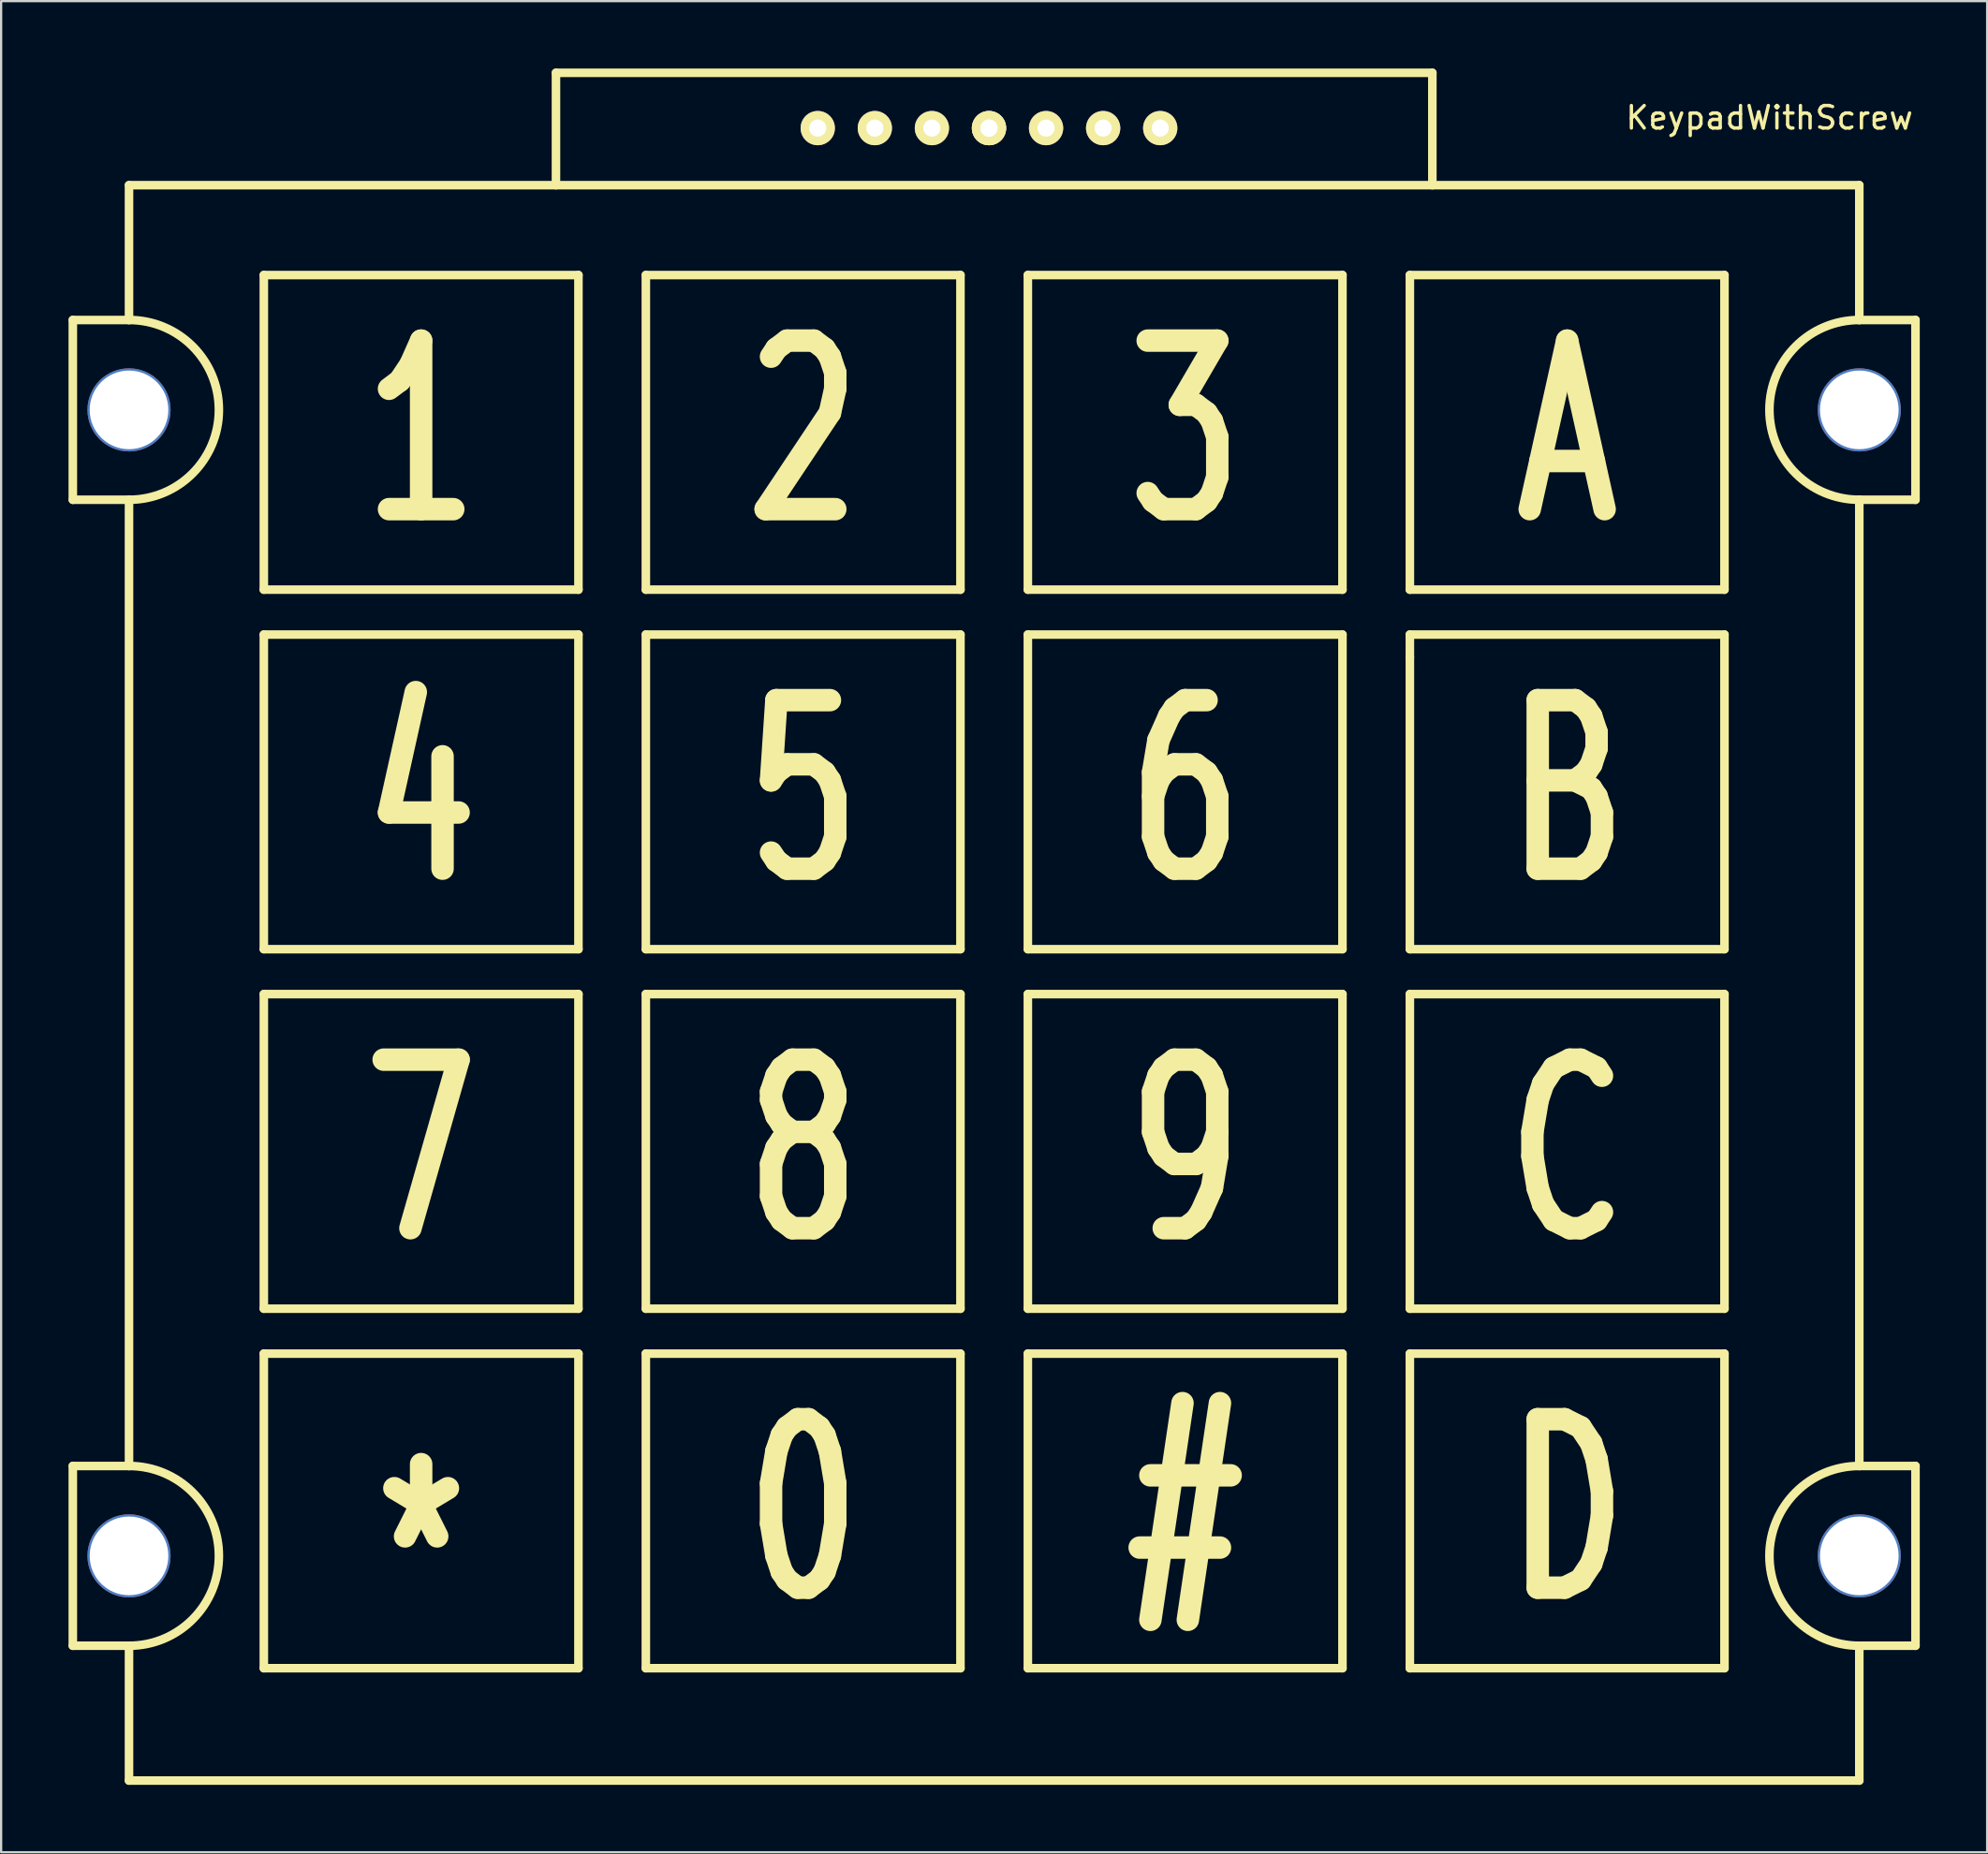
<source format=kicad_pcb>
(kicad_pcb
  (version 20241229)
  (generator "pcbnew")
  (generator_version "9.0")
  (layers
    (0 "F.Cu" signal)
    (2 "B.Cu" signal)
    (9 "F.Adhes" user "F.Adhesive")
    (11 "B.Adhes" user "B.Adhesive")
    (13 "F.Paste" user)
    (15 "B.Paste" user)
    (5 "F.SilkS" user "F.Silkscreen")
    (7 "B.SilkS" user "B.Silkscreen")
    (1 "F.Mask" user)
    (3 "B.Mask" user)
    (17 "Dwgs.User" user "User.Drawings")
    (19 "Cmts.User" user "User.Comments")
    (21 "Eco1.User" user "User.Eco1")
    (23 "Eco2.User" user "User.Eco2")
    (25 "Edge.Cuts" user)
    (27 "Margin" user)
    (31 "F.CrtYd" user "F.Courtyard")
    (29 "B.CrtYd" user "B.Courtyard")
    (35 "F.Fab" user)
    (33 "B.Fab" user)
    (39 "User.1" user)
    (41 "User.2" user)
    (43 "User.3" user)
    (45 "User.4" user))
  (footprint "KeypadWithScrew"
    (layer "F.Cu")
    (at 2.691 5.191)
    (property "Reference" "KeypadWithScrew" (at 73 -3 0) (layer "F.SilkS") (effects (font (size 1 1) (thickness 0.15))))
    (attr through_hole)
    (fp_line (start -2.5 6) (end -2.5 14) (stroke (width 0.381) (type solid)) (layer "F.SilkS"))
    (fp_line (start -2.5 6) (end 0 6) (stroke (width 0.381) (type solid)) (layer "F.SilkS"))
    (fp_line (start -2.5 14) (end 0 14) (stroke (width 0.381) (type solid)) (layer "F.SilkS"))
    (fp_line (start -2.5 57) (end 0 57) (stroke (width 0.381) (type solid)) (layer "F.SilkS"))
    (fp_line (start -2.5 65) (end -2.5 57) (stroke (width 0.381) (type solid)) (layer "F.SilkS"))
    (fp_line (start 0 0) (end 0 6) (stroke (width 0.381) (type solid)) (layer "F.SilkS"))
    (fp_line (start 0 0) (end 77 0) (stroke (width 0.381) (type solid)) (layer "F.SilkS"))
    (fp_line (start 0 57) (end 0 14) (stroke (width 0.381) (type solid)) (layer "F.SilkS"))
    (fp_line (start 0 65) (end -2.5 65) (stroke (width 0.381) (type solid)) (layer "F.SilkS"))
    (fp_line (start 0 65) (end 0 71) (stroke (width 0.381) (type solid)) (layer "F.SilkS"))
    (fp_line (start 6 4) (end 20 4) (stroke (width 0.381) (type solid)) (layer "F.SilkS"))
    (fp_line (start 6 18) (end 6 4) (stroke (width 0.381) (type solid)) (layer "F.SilkS"))
    (fp_line (start 6 20) (end 20 20) (stroke (width 0.381) (type solid)) (layer "F.SilkS"))
    (fp_line (start 6 34) (end 6 20) (stroke (width 0.381) (type solid)) (layer "F.SilkS"))
    (fp_line (start 6 36) (end 20 36) (stroke (width 0.381) (type solid)) (layer "F.SilkS"))
    (fp_line (start 6 50) (end 6 36) (stroke (width 0.381) (type solid)) (layer "F.SilkS"))
    (fp_line (start 6 52) (end 20 52) (stroke (width 0.381) (type solid)) (layer "F.SilkS"))
    (fp_line (start 6 66) (end 6 52) (stroke (width 0.381) (type solid)) (layer "F.SilkS"))
    (fp_line (start 19 -5) (end 58 -5) (stroke (width 0.381) (type solid)) (layer "F.SilkS"))
    (fp_line (start 19 0) (end 19 -5) (stroke (width 0.381) (type solid)) (layer "F.SilkS"))
    (fp_line (start 20 4) (end 20 18) (stroke (width 0.381) (type solid)) (layer "F.SilkS"))
    (fp_line (start 20 18) (end 6 18) (stroke (width 0.381) (type solid)) (layer "F.SilkS"))
    (fp_line (start 20 20) (end 20 34) (stroke (width 0.381) (type solid)) (layer "F.SilkS"))
    (fp_line (start 20 34) (end 6 34) (stroke (width 0.381) (type solid)) (layer "F.SilkS"))
    (fp_line (start 20 36) (end 20 50) (stroke (width 0.381) (type solid)) (layer "F.SilkS"))
    (fp_line (start 20 50) (end 6 50) (stroke (width 0.381) (type solid)) (layer "F.SilkS"))
    (fp_line (start 20 52) (end 20 66) (stroke (width 0.381) (type solid)) (layer "F.SilkS"))
    (fp_line (start 20 66) (end 6 66) (stroke (width 0.381) (type solid)) (layer "F.SilkS"))
    (fp_line (start 23 4) (end 37 4) (stroke (width 0.381) (type solid)) (layer "F.SilkS"))
    (fp_line (start 23 18) (end 23 4) (stroke (width 0.381) (type solid)) (layer "F.SilkS"))
    (fp_line (start 23 20) (end 23 34) (stroke (width 0.381) (type solid)) (layer "F.SilkS"))
    (fp_line (start 23 34) (end 37 34) (stroke (width 0.381) (type solid)) (layer "F.SilkS"))
    (fp_line (start 23 36) (end 37 36) (stroke (width 0.381) (type solid)) (layer "F.SilkS"))
    (fp_line (start 23 50) (end 23 36) (stroke (width 0.381) (type solid)) (layer "F.SilkS"))
    (fp_line (start 23 52) (end 23 66) (stroke (width 0.381) (type solid)) (layer "F.SilkS"))
    (fp_line (start 23 66) (end 37 66) (stroke (width 0.381) (type solid)) (layer "F.SilkS"))
    (fp_line (start 37 4) (end 37 18) (stroke (width 0.381) (type solid)) (layer "F.SilkS"))
    (fp_line (start 37 18) (end 23 18) (stroke (width 0.381) (type solid)) (layer "F.SilkS"))
    (fp_line (start 37 20) (end 23 20) (stroke (width 0.381) (type solid)) (layer "F.SilkS"))
    (fp_line (start 37 34) (end 37 20) (stroke (width 0.381) (type solid)) (layer "F.SilkS"))
    (fp_line (start 37 36) (end 37 50) (stroke (width 0.381) (type solid)) (layer "F.SilkS"))
    (fp_line (start 37 50) (end 23 50) (stroke (width 0.381) (type solid)) (layer "F.SilkS"))
    (fp_line (start 37 52) (end 23 52) (stroke (width 0.381) (type solid)) (layer "F.SilkS"))
    (fp_line (start 37 66) (end 37 52) (stroke (width 0.381) (type solid)) (layer "F.SilkS"))
    (fp_line (start 40 4) (end 54 4) (stroke (width 0.381) (type solid)) (layer "F.SilkS"))
    (fp_line (start 40 18) (end 40 4) (stroke (width 0.381) (type solid)) (layer "F.SilkS"))
    (fp_line (start 40 20) (end 54 20) (stroke (width 0.381) (type solid)) (layer "F.SilkS"))
    (fp_line (start 40 34) (end 40 20) (stroke (width 0.381) (type solid)) (layer "F.SilkS"))
    (fp_line (start 40 36) (end 54 36) (stroke (width 0.381) (type solid)) (layer "F.SilkS"))
    (fp_line (start 40 50) (end 40 36) (stroke (width 0.381) (type solid)) (layer "F.SilkS"))
    (fp_line (start 40 52) (end 54 52) (stroke (width 0.381) (type solid)) (layer "F.SilkS"))
    (fp_line (start 40 66) (end 40 52) (stroke (width 0.381) (type solid)) (layer "F.SilkS"))
    (fp_line (start 54 4) (end 54 18) (stroke (width 0.381) (type solid)) (layer "F.SilkS"))
    (fp_line (start 54 18) (end 40 18) (stroke (width 0.381) (type solid)) (layer "F.SilkS"))
    (fp_line (start 54 34) (end 40 34) (stroke (width 0.381) (type solid)) (layer "F.SilkS"))
    (fp_line (start 54 34) (end 54 20) (stroke (width 0.381) (type solid)) (layer "F.SilkS"))
    (fp_line (start 54 36) (end 54 50) (stroke (width 0.381) (type solid)) (layer "F.SilkS"))
    (fp_line (start 54 50) (end 40 50) (stroke (width 0.381) (type solid)) (layer "F.SilkS"))
    (fp_line (start 54 52) (end 54 66) (stroke (width 0.381) (type solid)) (layer "F.SilkS"))
    (fp_line (start 54 66) (end 40 66) (stroke (width 0.381) (type solid)) (layer "F.SilkS"))
    (fp_line (start 57 4) (end 57 18) (stroke (width 0.381) (type solid)) (layer "F.SilkS"))
    (fp_line (start 57 18) (end 71 18) (stroke (width 0.381) (type solid)) (layer "F.SilkS"))
    (fp_line (start 57 20) (end 71 20) (stroke (width 0.381) (type solid)) (layer "F.SilkS"))
    (fp_line (start 57 21) (end 57 20) (stroke (width 0.381) (type solid)) (layer "F.SilkS"))
    (fp_line (start 57 34) (end 57 21) (stroke (width 0.381) (type solid)) (layer "F.SilkS"))
    (fp_line (start 57 36) (end 71 36) (stroke (width 0.381) (type solid)) (layer "F.SilkS"))
    (fp_line (start 57 50) (end 57 36) (stroke (width 0.381) (type solid)) (layer "F.SilkS"))
    (fp_line (start 57 52) (end 71 52) (stroke (width 0.381) (type solid)) (layer "F.SilkS"))
    (fp_line (start 57 66) (end 57 52) (stroke (width 0.381) (type solid)) (layer "F.SilkS"))
    (fp_line (start 58 -5) (end 58 0) (stroke (width 0.381) (type solid)) (layer "F.SilkS"))
    (fp_line (start 71 4) (end 57 4) (stroke (width 0.381) (type solid)) (layer "F.SilkS"))
    (fp_line (start 71 18) (end 71 4) (stroke (width 0.381) (type solid)) (layer "F.SilkS"))
    (fp_line (start 71 20) (end 71 34) (stroke (width 0.381) (type solid)) (layer "F.SilkS"))
    (fp_line (start 71 34) (end 57 34) (stroke (width 0.381) (type solid)) (layer "F.SilkS"))
    (fp_line (start 71 36) (end 71 50) (stroke (width 0.381) (type solid)) (layer "F.SilkS"))
    (fp_line (start 71 50) (end 57 50) (stroke (width 0.381) (type solid)) (layer "F.SilkS"))
    (fp_line (start 71 52) (end 71 66) (stroke (width 0.381) (type solid)) (layer "F.SilkS"))
    (fp_line (start 71 66) (end 57 66) (stroke (width 0.381) (type solid)) (layer "F.SilkS"))
    (fp_line (start 77 0) (end 77 6) (stroke (width 0.381) (type solid)) (layer "F.SilkS"))
    (fp_line (start 77 6) (end 79.5 6) (stroke (width 0.381) (type solid)) (layer "F.SilkS"))
    (fp_line (start 77 14) (end 77 57) (stroke (width 0.381) (type solid)) (layer "F.SilkS"))
    (fp_line (start 77 65) (end 77 71) (stroke (width 0.381) (type solid)) (layer "F.SilkS"))
    (fp_line (start 77 65) (end 79.5 65) (stroke (width 0.381) (type solid)) (layer "F.SilkS"))
    (fp_line (start 77 71) (end 0 71) (stroke (width 0.381) (type solid)) (layer "F.SilkS"))
    (fp_line (start 79.5 6) (end 79.5 14) (stroke (width 0.381) (type solid)) (layer "F.SilkS"))
    (fp_line (start 79.5 14) (end 77 14) (stroke (width 0.381) (type solid)) (layer "F.SilkS"))
    (fp_line (start 79.5 57) (end 77 57) (stroke (width 0.381) (type solid)) (layer "F.SilkS"))
    (fp_line (start 79.5 65) (end 79.5 57) (stroke (width 0.381) (type solid)) (layer "F.SilkS"))
    (fp_arc (start 0 6) (mid 4 10) (end 0 14) (stroke (width 0.381) (type solid)) (layer "F.SilkS"))
    (fp_arc (start 0 57) (mid 4 61) (end 0 65) (stroke (width 0.381) (type solid)) (layer "F.SilkS"))
    (fp_arc (start 77 14) (mid 73 10) (end 77 6) (stroke (width 0.381) (type solid)) (layer "F.SilkS"))
    (fp_arc (start 77 65) (mid 73 61) (end 77 57) (stroke (width 0.381) (type solid)) (layer "F.SilkS"))
    (fp_text user "0" (at 30 59 0) (layer "F.SilkS") (effects (font (size 7.5 5) (thickness 1))))
    (fp_text user "5" (at 30 27 0) (layer "F.SilkS") (effects (font (size 7.5 5) (thickness 1))))
    (fp_text user "8" (at 30 43 0) (layer "F.SilkS") (effects (font (size 7.5 5) (thickness 1))))
    (fp_text user "A" (at 64 11 0) (layer "F.SilkS") (effects (font (size 7.5 5) (thickness 1))))
    (fp_text user "7" (at 13 43 0) (layer "F.SilkS") (effects (font (size 7.5 5) (thickness 1))))
    (fp_text user "2" (at 30 11 0) (layer "F.SilkS") (effects (font (size 7.5 5) (thickness 1))))
    (fp_text user "6" (at 47 27 0) (layer "F.SilkS") (effects (font (size 7.5 5) (thickness 1))))
    (fp_text user "9" (at 47 43 0) (layer "F.SilkS") (effects (font (size 7.5 5) (thickness 1))))
    (fp_text user "4" (at 13 27 0) (layer "F.SilkS") (effects (font (size 7.5 5) (thickness 1))))
    (fp_text user "#" (at 47 59 0) (layer "F.SilkS") (effects (font (size 7.5 5) (thickness 1))))
    (fp_text user "B" (at 64 27 0) (layer "F.SilkS") (effects (font (size 7.5 5) (thickness 1))))
    (fp_text user "D" (at 64 59 0) (layer "F.SilkS") (effects (font (size 7.5 5) (thickness 1))))
    (fp_text user "3" (at 47 11 0) (layer "F.SilkS") (effects (font (size 7.5 5) (thickness 1))))
    (fp_text user "1" (at 13 11 0) (layer "F.SilkS") (effects (font (size 7.5 5) (thickness 1))))
    (fp_text user "*" (at 13 61 0) (layer "F.SilkS") (effects (font (size 7.5 5) (thickness 1))))
    (fp_text user "C" (at 64 43 0) (layer "F.SilkS") (effects (font (size 7.5 5) (thickness 1))))
    (pad "" np_thru_hole circle (at 0 10) (size 3.7 3.7) (drill 3.5) (layers "*.Cu" "*.Mask"))
    (pad "" np_thru_hole circle (at 0 61) (size 3.7 3.7) (drill 3.5) (layers "*.Cu" "*.Mask"))
    (pad "" np_thru_hole circle (at 77 10) (size 3.7 3.7) (drill 3.5) (layers "*.Cu" "*.Mask"))
    (pad "" np_thru_hole circle (at 77 61) (size 3.7 3.7) (drill 3.5) (layers "*.Cu" "*.Mask"))
    (pad "1" thru_hole circle (at 30.65 -2.54) (size 1.524 1.524) (drill 0.762) (layers "*.Cu" "*.Mask" "F.SilkS"))
    (pad "2" thru_hole circle (at 33.19 -2.54) (size 1.524 1.524) (drill 0.762) (layers "*.Cu" "*.Mask" "F.SilkS"))
    (pad "3" thru_hole circle (at 35.73 -2.54) (size 1.524 1.524) (drill 0.762) (layers "*.Cu" "*.Mask" "F.SilkS"))
    (pad "4" thru_hole circle (at 38.27 -2.54) (size 1.524 1.524) (drill 0.762) (layers "*.Cu" "*.Mask" "F.SilkS"))
    (pad "5" thru_hole circle (at 38.27 -2.54) (size 1.524 1.524) (drill 0.762) (layers "*.Cu" "*.Mask" "F.SilkS"))
    (pad "6" thru_hole circle (at 40.81 -2.54) (size 1.524 1.524) (drill 0.762) (layers "*.Cu" "*.Mask" "F.SilkS"))
    (pad "7" thru_hole circle (at 43.35 -2.54) (size 1.524 1.524) (drill 0.762) (layers "*.Cu" "*.Mask" "F.SilkS"))
    (pad "8" thru_hole circle (at 45.89 -2.54) (size 1.524 1.524) (drill 0.762) (layers "*.Cu" "*.Mask" "F.SilkS")))
  (gr_rect
    (start -3 -3)
    (end 85.381 79.381)
    (stroke (width 0.1) (type default))
    (fill no)
    (layer "Edge.Cuts")))
</source>
